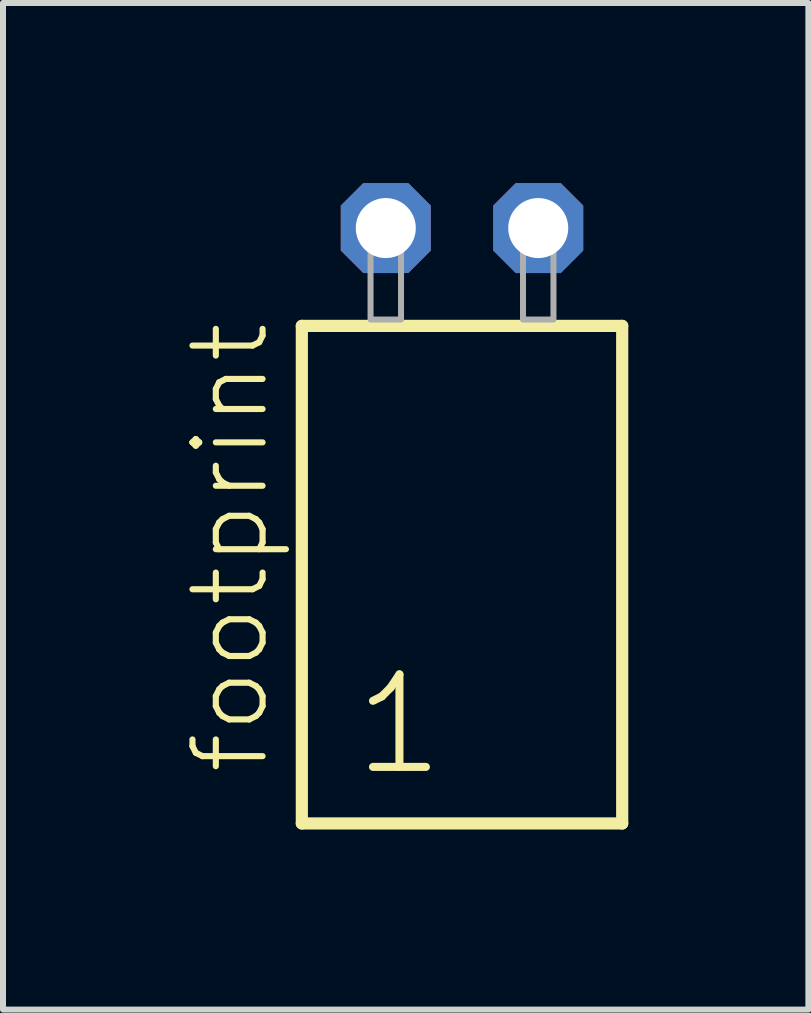
<source format=kicad_pcb>
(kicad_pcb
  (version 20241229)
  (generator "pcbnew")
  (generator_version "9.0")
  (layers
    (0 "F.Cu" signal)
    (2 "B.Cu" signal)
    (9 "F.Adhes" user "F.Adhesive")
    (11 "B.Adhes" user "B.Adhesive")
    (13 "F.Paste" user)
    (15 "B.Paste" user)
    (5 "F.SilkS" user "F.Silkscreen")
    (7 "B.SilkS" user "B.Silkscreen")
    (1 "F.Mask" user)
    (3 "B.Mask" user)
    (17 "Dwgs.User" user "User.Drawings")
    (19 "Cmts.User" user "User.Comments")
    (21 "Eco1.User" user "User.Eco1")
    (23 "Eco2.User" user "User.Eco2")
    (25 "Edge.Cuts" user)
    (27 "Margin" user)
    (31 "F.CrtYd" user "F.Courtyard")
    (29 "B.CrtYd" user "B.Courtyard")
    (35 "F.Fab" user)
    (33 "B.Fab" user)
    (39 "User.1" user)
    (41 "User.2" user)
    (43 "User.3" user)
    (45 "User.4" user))
  (footprint "footprint"
    (layer "F.Cu")
    (at 4.648 2.274)
    (property "Reference" "footprint" (at -3.175 7.62 90) (layer "F.SilkS") (effects (font (size 1.168 1.168) (thickness 0.102)) (justify left bottom)))
    (fp_line (start -2.669 0.106) (end -2.669 8.396) (stroke (width 0.203) (type solid)) (layer "F.SilkS"))
    (fp_line (start -2.669 8.396) (end 2.669 8.396) (stroke (width 0.203) (type solid)) (layer "F.SilkS"))
    (fp_line (start 2.669 0.106) (end -2.669 0.106) (stroke (width 0.203) (type solid)) (layer "F.SilkS"))
    (fp_line (start 2.669 8.396) (end 2.669 0.106) (stroke (width 0.203) (type solid)) (layer "F.SilkS"))
    (fp_poly (pts (xy -1.524 0) (xy -1.016 0) (xy -1.016 -1.778) (xy -1.524 -1.778)) (stroke (width 0.1) (type solid)) (fill no) (layer "F.Fab"))
    (fp_poly (pts (xy 1.016 0) (xy 1.524 0) (xy 1.524 -1.778) (xy 1.016 -1.778)) (stroke (width 0.1) (type solid)) (fill no) (layer "F.Fab"))
    (fp_text user "1" (at -1.865 7.65 0) (layer "F.SilkS") (effects (font (size 1.542 1.542) (thickness 0.134)) (justify left bottom)))
    (pad "1" thru_hole roundrect (at -1.27 -1.524) (size 1.5 1.5) (drill 1) (layers "*.Cu" "*.Mask") (roundrect_rratio 0.25) (chamfer_ratio 0.25) (chamfer top_left top_right bottom_left bottom_right))
    (pad "2" thru_hole roundrect (at 1.27 -1.524) (size 1.5 1.5) (drill 1) (layers "*.Cu" "*.Mask") (roundrect_rratio 0.25) (chamfer_ratio 0.25) (chamfer top_left top_right bottom_left bottom_right)))
  (gr_rect
    (start -3 -3)
    (end 10.419 13.772)
    (stroke (width 0.1) (type default))
    (fill no)
    (layer "Edge.Cuts")))
</source>
